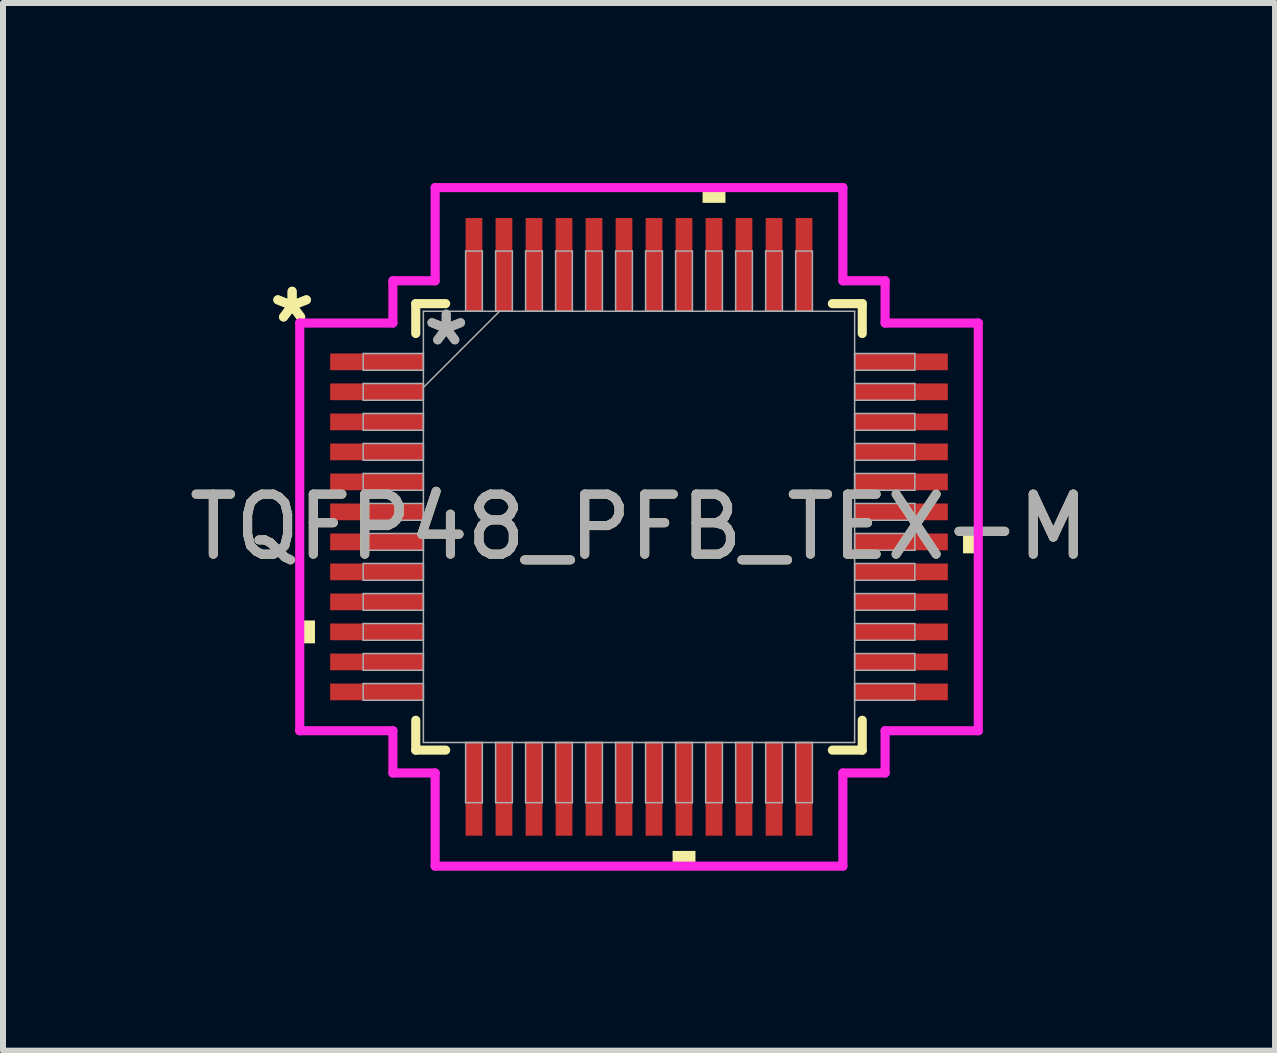
<source format=kicad_pcb>
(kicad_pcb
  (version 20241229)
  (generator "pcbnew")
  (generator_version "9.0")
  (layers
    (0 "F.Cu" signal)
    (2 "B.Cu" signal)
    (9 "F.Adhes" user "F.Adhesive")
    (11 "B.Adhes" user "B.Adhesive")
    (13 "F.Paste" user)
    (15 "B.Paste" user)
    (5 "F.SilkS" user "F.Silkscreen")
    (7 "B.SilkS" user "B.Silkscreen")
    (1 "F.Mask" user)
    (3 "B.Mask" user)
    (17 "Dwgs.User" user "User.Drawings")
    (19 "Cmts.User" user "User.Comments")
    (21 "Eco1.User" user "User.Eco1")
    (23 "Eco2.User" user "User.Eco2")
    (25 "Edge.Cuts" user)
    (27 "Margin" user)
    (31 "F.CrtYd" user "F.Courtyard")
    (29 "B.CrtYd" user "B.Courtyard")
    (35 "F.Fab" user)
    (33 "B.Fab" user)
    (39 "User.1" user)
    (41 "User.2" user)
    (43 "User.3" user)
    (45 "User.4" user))
  (footprint "TQFP48_PFB_TEX-M"
    (layer "F.Cu")
    (at 7.601 5.732)
    (property "Reference" "TQFP48_PFB_TEX-M" (at 0 0 0) (unlocked yes) (layer "F.SilkS") (effects (font (size 1 1) (thickness 0.15))))
    (attr smd)
    (fp_line (start -3.721 -3.721) (end -3.721 -3.223) (stroke (width 0.152) (type solid)) (layer "F.SilkS"))
    (fp_line (start -3.721 3.223) (end -3.721 3.721) (stroke (width 0.152) (type solid)) (layer "F.SilkS"))
    (fp_line (start -3.721 3.721) (end -3.223 3.721) (stroke (width 0.152) (type solid)) (layer "F.SilkS"))
    (fp_line (start -3.223 -3.721) (end -3.721 -3.721) (stroke (width 0.152) (type solid)) (layer "F.SilkS"))
    (fp_line (start 3.223 3.721) (end 3.721 3.721) (stroke (width 0.152) (type solid)) (layer "F.SilkS"))
    (fp_line (start 3.721 -3.721) (end 3.223 -3.721) (stroke (width 0.152) (type solid)) (layer "F.SilkS"))
    (fp_line (start 3.721 -3.223) (end 3.721 -3.721) (stroke (width 0.152) (type solid)) (layer "F.SilkS"))
    (fp_line (start 3.721 3.721) (end 3.721 3.223) (stroke (width 0.152) (type solid)) (layer "F.SilkS"))
    (fp_poly (pts (xy -5.655 1.56) (xy -5.655 1.941) (xy -5.401 1.941) (xy -5.401 1.56)) (stroke (width 0) (type solid)) (fill yes) (layer "F.SilkS"))
    (fp_poly (pts (xy 0.56 5.401) (xy 0.56 5.655) (xy 0.941 5.655) (xy 0.941 5.401)) (stroke (width 0) (type solid)) (fill yes) (layer "F.SilkS"))
    (fp_poly (pts (xy 1.06 -5.401) (xy 1.06 -5.655) (xy 1.441 -5.655) (xy 1.441 -5.401)) (stroke (width 0) (type solid)) (fill yes) (layer "F.SilkS"))
    (fp_poly (pts (xy 5.655 0.06) (xy 5.655 0.441) (xy 5.401 0.441) (xy 5.401 0.06)) (stroke (width 0) (type solid)) (fill yes) (layer "F.SilkS"))
    (fp_line (start -5.655 -3.398) (end -4.102 -3.398) (stroke (width 0.152) (type solid)) (layer "F.CrtYd"))
    (fp_line (start -5.655 3.398) (end -5.655 -3.398) (stroke (width 0.152) (type solid)) (layer "F.CrtYd"))
    (fp_line (start -4.102 -4.102) (end -3.398 -4.102) (stroke (width 0.152) (type solid)) (layer "F.CrtYd"))
    (fp_line (start -4.102 -3.398) (end -4.102 -4.102) (stroke (width 0.152) (type solid)) (layer "F.CrtYd"))
    (fp_line (start -4.102 3.398) (end -5.655 3.398) (stroke (width 0.152) (type solid)) (layer "F.CrtYd"))
    (fp_line (start -4.102 4.102) (end -4.102 3.398) (stroke (width 0.152) (type solid)) (layer "F.CrtYd"))
    (fp_line (start -4.102 4.102) (end -3.398 4.102) (stroke (width 0.152) (type solid)) (layer "F.CrtYd"))
    (fp_line (start -3.398 -5.655) (end 3.398 -5.655) (stroke (width 0.152) (type solid)) (layer "F.CrtYd"))
    (fp_line (start -3.398 -4.102) (end -3.398 -5.655) (stroke (width 0.152) (type solid)) (layer "F.CrtYd"))
    (fp_line (start -3.398 4.102) (end -3.398 5.655) (stroke (width 0.152) (type solid)) (layer "F.CrtYd"))
    (fp_line (start -3.398 5.655) (end 3.398 5.655) (stroke (width 0.152) (type solid)) (layer "F.CrtYd"))
    (fp_line (start 3.398 -5.655) (end 3.398 -4.102) (stroke (width 0.152) (type solid)) (layer "F.CrtYd"))
    (fp_line (start 3.398 -4.102) (end 4.102 -4.102) (stroke (width 0.152) (type solid)) (layer "F.CrtYd"))
    (fp_line (start 3.398 4.102) (end 4.102 4.102) (stroke (width 0.152) (type solid)) (layer "F.CrtYd"))
    (fp_line (start 3.398 5.655) (end 3.398 4.102) (stroke (width 0.152) (type solid)) (layer "F.CrtYd"))
    (fp_line (start 4.102 -3.398) (end 4.102 -4.102) (stroke (width 0.152) (type solid)) (layer "F.CrtYd"))
    (fp_line (start 4.102 3.398) (end 5.655 3.398) (stroke (width 0.152) (type solid)) (layer "F.CrtYd"))
    (fp_line (start 4.102 4.102) (end 4.102 3.398) (stroke (width 0.152) (type solid)) (layer "F.CrtYd"))
    (fp_line (start 5.655 -3.398) (end 4.102 -3.398) (stroke (width 0.152) (type solid)) (layer "F.CrtYd"))
    (fp_line (start 5.655 3.398) (end 5.655 -3.398) (stroke (width 0.152) (type solid)) (layer "F.CrtYd"))
    (fp_line (start -4.597 -2.89) (end -4.597 -2.611) (stroke (width 0.025) (type solid)) (layer "F.Fab"))
    (fp_line (start -4.597 -2.611) (end -3.594 -2.611) (stroke (width 0.025) (type solid)) (layer "F.Fab"))
    (fp_line (start -4.597 -2.39) (end -4.597 -2.111) (stroke (width 0.025) (type solid)) (layer "F.Fab"))
    (fp_line (start -4.597 -2.111) (end -3.594 -2.111) (stroke (width 0.025) (type solid)) (layer "F.Fab"))
    (fp_line (start -4.597 -1.89) (end -4.597 -1.611) (stroke (width 0.025) (type solid)) (layer "F.Fab"))
    (fp_line (start -4.597 -1.611) (end -3.594 -1.611) (stroke (width 0.025) (type solid)) (layer "F.Fab"))
    (fp_line (start -4.597 -1.39) (end -4.597 -1.111) (stroke (width 0.025) (type solid)) (layer "F.Fab"))
    (fp_line (start -4.597 -1.111) (end -3.594 -1.111) (stroke (width 0.025) (type solid)) (layer "F.Fab"))
    (fp_line (start -4.597 -0.89) (end -4.597 -0.61) (stroke (width 0.025) (type solid)) (layer "F.Fab"))
    (fp_line (start -4.597 -0.61) (end -3.594 -0.61) (stroke (width 0.025) (type solid)) (layer "F.Fab"))
    (fp_line (start -4.597 -0.39) (end -4.597 -0.11) (stroke (width 0.025) (type solid)) (layer "F.Fab"))
    (fp_line (start -4.597 -0.11) (end -3.594 -0.11) (stroke (width 0.025) (type solid)) (layer "F.Fab"))
    (fp_line (start -4.597 0.11) (end -4.597 0.39) (stroke (width 0.025) (type solid)) (layer "F.Fab"))
    (fp_line (start -4.597 0.39) (end -3.594 0.39) (stroke (width 0.025) (type solid)) (layer "F.Fab"))
    (fp_line (start -4.597 0.61) (end -4.597 0.89) (stroke (width 0.025) (type solid)) (layer "F.Fab"))
    (fp_line (start -4.597 0.89) (end -3.594 0.89) (stroke (width 0.025) (type solid)) (layer "F.Fab"))
    (fp_line (start -4.597 1.111) (end -4.597 1.39) (stroke (width 0.025) (type solid)) (layer "F.Fab"))
    (fp_line (start -4.597 1.39) (end -3.594 1.39) (stroke (width 0.025) (type solid)) (layer "F.Fab"))
    (fp_line (start -4.597 1.611) (end -4.597 1.89) (stroke (width 0.025) (type solid)) (layer "F.Fab"))
    (fp_line (start -4.597 1.89) (end -3.594 1.89) (stroke (width 0.025) (type solid)) (layer "F.Fab"))
    (fp_line (start -4.597 2.111) (end -4.597 2.39) (stroke (width 0.025) (type solid)) (layer "F.Fab"))
    (fp_line (start -4.597 2.39) (end -3.594 2.39) (stroke (width 0.025) (type solid)) (layer "F.Fab"))
    (fp_line (start -4.597 2.611) (end -4.597 2.89) (stroke (width 0.025) (type solid)) (layer "F.Fab"))
    (fp_line (start -4.597 2.89) (end -3.594 2.89) (stroke (width 0.025) (type solid)) (layer "F.Fab"))
    (fp_line (start -3.594 -3.594) (end -3.594 3.594) (stroke (width 0.025) (type solid)) (layer "F.Fab"))
    (fp_line (start -3.594 -2.89) (end -4.597 -2.89) (stroke (width 0.025) (type solid)) (layer "F.Fab"))
    (fp_line (start -3.594 -2.611) (end -3.594 -2.89) (stroke (width 0.025) (type solid)) (layer "F.Fab"))
    (fp_line (start -3.594 -2.39) (end -4.597 -2.39) (stroke (width 0.025) (type solid)) (layer "F.Fab"))
    (fp_line (start -3.594 -2.324) (end -2.324 -3.594) (stroke (width 0.025) (type solid)) (layer "F.Fab"))
    (fp_line (start -3.594 -2.111) (end -3.594 -2.39) (stroke (width 0.025) (type solid)) (layer "F.Fab"))
    (fp_line (start -3.594 -1.89) (end -4.597 -1.89) (stroke (width 0.025) (type solid)) (layer "F.Fab"))
    (fp_line (start -3.594 -1.611) (end -3.594 -1.89) (stroke (width 0.025) (type solid)) (layer "F.Fab"))
    (fp_line (start -3.594 -1.39) (end -4.597 -1.39) (stroke (width 0.025) (type solid)) (layer "F.Fab"))
    (fp_line (start -3.594 -1.111) (end -3.594 -1.39) (stroke (width 0.025) (type solid)) (layer "F.Fab"))
    (fp_line (start -3.594 -0.89) (end -4.597 -0.89) (stroke (width 0.025) (type solid)) (layer "F.Fab"))
    (fp_line (start -3.594 -0.61) (end -3.594 -0.89) (stroke (width 0.025) (type solid)) (layer "F.Fab"))
    (fp_line (start -3.594 -0.39) (end -4.597 -0.39) (stroke (width 0.025) (type solid)) (layer "F.Fab"))
    (fp_line (start -3.594 -0.11) (end -3.594 -0.39) (stroke (width 0.025) (type solid)) (layer "F.Fab"))
    (fp_line (start -3.594 0.11) (end -4.597 0.11) (stroke (width 0.025) (type solid)) (layer "F.Fab"))
    (fp_line (start -3.594 0.39) (end -3.594 0.11) (stroke (width 0.025) (type solid)) (layer "F.Fab"))
    (fp_line (start -3.594 0.61) (end -4.597 0.61) (stroke (width 0.025) (type solid)) (layer "F.Fab"))
    (fp_line (start -3.594 0.89) (end -3.594 0.61) (stroke (width 0.025) (type solid)) (layer "F.Fab"))
    (fp_line (start -3.594 1.111) (end -4.597 1.111) (stroke (width 0.025) (type solid)) (layer "F.Fab"))
    (fp_line (start -3.594 1.39) (end -3.594 1.111) (stroke (width 0.025) (type solid)) (layer "F.Fab"))
    (fp_line (start -3.594 1.611) (end -4.597 1.611) (stroke (width 0.025) (type solid)) (layer "F.Fab"))
    (fp_line (start -3.594 1.89) (end -3.594 1.611) (stroke (width 0.025) (type solid)) (layer "F.Fab"))
    (fp_line (start -3.594 2.111) (end -4.597 2.111) (stroke (width 0.025) (type solid)) (layer "F.Fab"))
    (fp_line (start -3.594 2.39) (end -3.594 2.111) (stroke (width 0.025) (type solid)) (layer "F.Fab"))
    (fp_line (start -3.594 2.611) (end -4.597 2.611) (stroke (width 0.025) (type solid)) (layer "F.Fab"))
    (fp_line (start -3.594 2.89) (end -3.594 2.611) (stroke (width 0.025) (type solid)) (layer "F.Fab"))
    (fp_line (start -3.594 3.594) (end 3.594 3.594) (stroke (width 0.025) (type solid)) (layer "F.Fab"))
    (fp_line (start -2.89 -4.597) (end -2.89 -3.594) (stroke (width 0.025) (type solid)) (layer "F.Fab"))
    (fp_line (start -2.89 -3.594) (end -2.611 -3.594) (stroke (width 0.025) (type solid)) (layer "F.Fab"))
    (fp_line (start -2.89 3.594) (end -2.89 4.597) (stroke (width 0.025) (type solid)) (layer "F.Fab"))
    (fp_line (start -2.89 4.597) (end -2.611 4.597) (stroke (width 0.025) (type solid)) (layer "F.Fab"))
    (fp_line (start -2.611 -4.597) (end -2.89 -4.597) (stroke (width 0.025) (type solid)) (layer "F.Fab"))
    (fp_line (start -2.611 -3.594) (end -2.611 -4.597) (stroke (width 0.025) (type solid)) (layer "F.Fab"))
    (fp_line (start -2.611 3.594) (end -2.89 3.594) (stroke (width 0.025) (type solid)) (layer "F.Fab"))
    (fp_line (start -2.611 4.597) (end -2.611 3.594) (stroke (width 0.025) (type solid)) (layer "F.Fab"))
    (fp_line (start -2.39 -4.597) (end -2.39 -3.594) (stroke (width 0.025) (type solid)) (layer "F.Fab"))
    (fp_line (start -2.39 -3.594) (end -2.111 -3.594) (stroke (width 0.025) (type solid)) (layer "F.Fab"))
    (fp_line (start -2.39 3.594) (end -2.39 4.597) (stroke (width 0.025) (type solid)) (layer "F.Fab"))
    (fp_line (start -2.39 4.597) (end -2.111 4.597) (stroke (width 0.025) (type solid)) (layer "F.Fab"))
    (fp_line (start -2.111 -4.597) (end -2.39 -4.597) (stroke (width 0.025) (type solid)) (layer "F.Fab"))
    (fp_line (start -2.111 -3.594) (end -2.111 -4.597) (stroke (width 0.025) (type solid)) (layer "F.Fab"))
    (fp_line (start -2.111 3.594) (end -2.39 3.594) (stroke (width 0.025) (type solid)) (layer "F.Fab"))
    (fp_line (start -2.111 4.597) (end -2.111 3.594) (stroke (width 0.025) (type solid)) (layer "F.Fab"))
    (fp_line (start -1.89 -4.597) (end -1.89 -3.594) (stroke (width 0.025) (type solid)) (layer "F.Fab"))
    (fp_line (start -1.89 -3.594) (end -1.611 -3.594) (stroke (width 0.025) (type solid)) (layer "F.Fab"))
    (fp_line (start -1.89 3.594) (end -1.89 4.597) (stroke (width 0.025) (type solid)) (layer "F.Fab"))
    (fp_line (start -1.89 4.597) (end -1.611 4.597) (stroke (width 0.025) (type solid)) (layer "F.Fab"))
    (fp_line (start -1.611 -4.597) (end -1.89 -4.597) (stroke (width 0.025) (type solid)) (layer "F.Fab"))
    (fp_line (start -1.611 -3.594) (end -1.611 -4.597) (stroke (width 0.025) (type solid)) (layer "F.Fab"))
    (fp_line (start -1.611 3.594) (end -1.89 3.594) (stroke (width 0.025) (type solid)) (layer "F.Fab"))
    (fp_line (start -1.611 4.597) (end -1.611 3.594) (stroke (width 0.025) (type solid)) (layer "F.Fab"))
    (fp_line (start -1.39 -4.597) (end -1.39 -3.594) (stroke (width 0.025) (type solid)) (layer "F.Fab"))
    (fp_line (start -1.39 -3.594) (end -1.111 -3.594) (stroke (width 0.025) (type solid)) (layer "F.Fab"))
    (fp_line (start -1.39 3.594) (end -1.39 4.597) (stroke (width 0.025) (type solid)) (layer "F.Fab"))
    (fp_line (start -1.39 4.597) (end -1.111 4.597) (stroke (width 0.025) (type solid)) (layer "F.Fab"))
    (fp_line (start -1.111 -4.597) (end -1.39 -4.597) (stroke (width 0.025) (type solid)) (layer "F.Fab"))
    (fp_line (start -1.111 -3.594) (end -1.111 -4.597) (stroke (width 0.025) (type solid)) (layer "F.Fab"))
    (fp_line (start -1.111 3.594) (end -1.39 3.594) (stroke (width 0.025) (type solid)) (layer "F.Fab"))
    (fp_line (start -1.111 4.597) (end -1.111 3.594) (stroke (width 0.025) (type solid)) (layer "F.Fab"))
    (fp_line (start -0.89 -4.597) (end -0.89 -3.594) (stroke (width 0.025) (type solid)) (layer "F.Fab"))
    (fp_line (start -0.89 -3.594) (end -0.61 -3.594) (stroke (width 0.025) (type solid)) (layer "F.Fab"))
    (fp_line (start -0.89 3.594) (end -0.89 4.597) (stroke (width 0.025) (type solid)) (layer "F.Fab"))
    (fp_line (start -0.89 4.597) (end -0.61 4.597) (stroke (width 0.025) (type solid)) (layer "F.Fab"))
    (fp_line (start -0.61 -4.597) (end -0.89 -4.597) (stroke (width 0.025) (type solid)) (layer "F.Fab"))
    (fp_line (start -0.61 -3.594) (end -0.61 -4.597) (stroke (width 0.025) (type solid)) (layer "F.Fab"))
    (fp_line (start -0.61 3.594) (end -0.89 3.594) (stroke (width 0.025) (type solid)) (layer "F.Fab"))
    (fp_line (start -0.61 4.597) (end -0.61 3.594) (stroke (width 0.025) (type solid)) (layer "F.Fab"))
    (fp_line (start -0.39 -4.597) (end -0.39 -3.594) (stroke (width 0.025) (type solid)) (layer "F.Fab"))
    (fp_line (start -0.39 -3.594) (end -0.11 -3.594) (stroke (width 0.025) (type solid)) (layer "F.Fab"))
    (fp_line (start -0.39 3.594) (end -0.39 4.597) (stroke (width 0.025) (type solid)) (layer "F.Fab"))
    (fp_line (start -0.39 4.597) (end -0.11 4.597) (stroke (width 0.025) (type solid)) (layer "F.Fab"))
    (fp_line (start -0.11 -4.597) (end -0.39 -4.597) (stroke (width 0.025) (type solid)) (layer "F.Fab"))
    (fp_line (start -0.11 -3.594) (end -0.11 -4.597) (stroke (width 0.025) (type solid)) (layer "F.Fab"))
    (fp_line (start -0.11 3.594) (end -0.39 3.594) (stroke (width 0.025) (type solid)) (layer "F.Fab"))
    (fp_line (start -0.11 4.597) (end -0.11 3.594) (stroke (width 0.025) (type solid)) (layer "F.Fab"))
    (fp_line (start 0.11 -4.597) (end 0.11 -3.594) (stroke (width 0.025) (type solid)) (layer "F.Fab"))
    (fp_line (start 0.11 -3.594) (end 0.39 -3.594) (stroke (width 0.025) (type solid)) (layer "F.Fab"))
    (fp_line (start 0.11 3.594) (end 0.11 4.597) (stroke (width 0.025) (type solid)) (layer "F.Fab"))
    (fp_line (start 0.11 4.597) (end 0.39 4.597) (stroke (width 0.025) (type solid)) (layer "F.Fab"))
    (fp_line (start 0.39 -4.597) (end 0.11 -4.597) (stroke (width 0.025) (type solid)) (layer "F.Fab"))
    (fp_line (start 0.39 -3.594) (end 0.39 -4.597) (stroke (width 0.025) (type solid)) (layer "F.Fab"))
    (fp_line (start 0.39 3.594) (end 0.11 3.594) (stroke (width 0.025) (type solid)) (layer "F.Fab"))
    (fp_line (start 0.39 4.597) (end 0.39 3.594) (stroke (width 0.025) (type solid)) (layer "F.Fab"))
    (fp_line (start 0.61 -4.597) (end 0.61 -3.594) (stroke (width 0.025) (type solid)) (layer "F.Fab"))
    (fp_line (start 0.61 -3.594) (end 0.89 -3.594) (stroke (width 0.025) (type solid)) (layer "F.Fab"))
    (fp_line (start 0.61 3.594) (end 0.61 4.597) (stroke (width 0.025) (type solid)) (layer "F.Fab"))
    (fp_line (start 0.61 4.597) (end 0.89 4.597) (stroke (width 0.025) (type solid)) (layer "F.Fab"))
    (fp_line (start 0.89 -4.597) (end 0.61 -4.597) (stroke (width 0.025) (type solid)) (layer "F.Fab"))
    (fp_line (start 0.89 -3.594) (end 0.89 -4.597) (stroke (width 0.025) (type solid)) (layer "F.Fab"))
    (fp_line (start 0.89 3.594) (end 0.61 3.594) (stroke (width 0.025) (type solid)) (layer "F.Fab"))
    (fp_line (start 0.89 4.597) (end 0.89 3.594) (stroke (width 0.025) (type solid)) (layer "F.Fab"))
    (fp_line (start 1.111 -4.597) (end 1.111 -3.594) (stroke (width 0.025) (type solid)) (layer "F.Fab"))
    (fp_line (start 1.111 -3.594) (end 1.39 -3.594) (stroke (width 0.025) (type solid)) (layer "F.Fab"))
    (fp_line (start 1.111 3.594) (end 1.111 4.597) (stroke (width 0.025) (type solid)) (layer "F.Fab"))
    (fp_line (start 1.111 4.597) (end 1.39 4.597) (stroke (width 0.025) (type solid)) (layer "F.Fab"))
    (fp_line (start 1.39 -4.597) (end 1.111 -4.597) (stroke (width 0.025) (type solid)) (layer "F.Fab"))
    (fp_line (start 1.39 -3.594) (end 1.39 -4.597) (stroke (width 0.025) (type solid)) (layer "F.Fab"))
    (fp_line (start 1.39 3.594) (end 1.111 3.594) (stroke (width 0.025) (type solid)) (layer "F.Fab"))
    (fp_line (start 1.39 4.597) (end 1.39 3.594) (stroke (width 0.025) (type solid)) (layer "F.Fab"))
    (fp_line (start 1.611 -4.597) (end 1.611 -3.594) (stroke (width 0.025) (type solid)) (layer "F.Fab"))
    (fp_line (start 1.611 -3.594) (end 1.89 -3.594) (stroke (width 0.025) (type solid)) (layer "F.Fab"))
    (fp_line (start 1.611 3.594) (end 1.611 4.597) (stroke (width 0.025) (type solid)) (layer "F.Fab"))
    (fp_line (start 1.611 4.597) (end 1.89 4.597) (stroke (width 0.025) (type solid)) (layer "F.Fab"))
    (fp_line (start 1.89 -4.597) (end 1.611 -4.597) (stroke (width 0.025) (type solid)) (layer "F.Fab"))
    (fp_line (start 1.89 -3.594) (end 1.89 -4.597) (stroke (width 0.025) (type solid)) (layer "F.Fab"))
    (fp_line (start 1.89 3.594) (end 1.611 3.594) (stroke (width 0.025) (type solid)) (layer "F.Fab"))
    (fp_line (start 1.89 4.597) (end 1.89 3.594) (stroke (width 0.025) (type solid)) (layer "F.Fab"))
    (fp_line (start 2.111 -4.597) (end 2.111 -3.594) (stroke (width 0.025) (type solid)) (layer "F.Fab"))
    (fp_line (start 2.111 -3.594) (end 2.39 -3.594) (stroke (width 0.025) (type solid)) (layer "F.Fab"))
    (fp_line (start 2.111 3.594) (end 2.111 4.597) (stroke (width 0.025) (type solid)) (layer "F.Fab"))
    (fp_line (start 2.111 4.597) (end 2.39 4.597) (stroke (width 0.025) (type solid)) (layer "F.Fab"))
    (fp_line (start 2.39 -4.597) (end 2.111 -4.597) (stroke (width 0.025) (type solid)) (layer "F.Fab"))
    (fp_line (start 2.39 -3.594) (end 2.39 -4.597) (stroke (width 0.025) (type solid)) (layer "F.Fab"))
    (fp_line (start 2.39 3.594) (end 2.111 3.594) (stroke (width 0.025) (type solid)) (layer "F.Fab"))
    (fp_line (start 2.39 4.597) (end 2.39 3.594) (stroke (width 0.025) (type solid)) (layer "F.Fab"))
    (fp_line (start 2.611 -4.597) (end 2.611 -3.594) (stroke (width 0.025) (type solid)) (layer "F.Fab"))
    (fp_line (start 2.611 -3.594) (end 2.89 -3.594) (stroke (width 0.025) (type solid)) (layer "F.Fab"))
    (fp_line (start 2.611 3.594) (end 2.611 4.597) (stroke (width 0.025) (type solid)) (layer "F.Fab"))
    (fp_line (start 2.611 4.597) (end 2.89 4.597) (stroke (width 0.025) (type solid)) (layer "F.Fab"))
    (fp_line (start 2.89 -4.597) (end 2.611 -4.597) (stroke (width 0.025) (type solid)) (layer "F.Fab"))
    (fp_line (start 2.89 -3.594) (end 2.89 -4.597) (stroke (width 0.025) (type solid)) (layer "F.Fab"))
    (fp_line (start 2.89 3.594) (end 2.611 3.594) (stroke (width 0.025) (type solid)) (layer "F.Fab"))
    (fp_line (start 2.89 4.597) (end 2.89 3.594) (stroke (width 0.025) (type solid)) (layer "F.Fab"))
    (fp_line (start 3.594 -3.594) (end -3.594 -3.594) (stroke (width 0.025) (type solid)) (layer "F.Fab"))
    (fp_line (start 3.594 -2.89) (end 3.594 -2.611) (stroke (width 0.025) (type solid)) (layer "F.Fab"))
    (fp_line (start 3.594 -2.611) (end 4.597 -2.611) (stroke (width 0.025) (type solid)) (layer "F.Fab"))
    (fp_line (start 3.594 -2.39) (end 3.594 -2.111) (stroke (width 0.025) (type solid)) (layer "F.Fab"))
    (fp_line (start 3.594 -2.111) (end 4.597 -2.111) (stroke (width 0.025) (type solid)) (layer "F.Fab"))
    (fp_line (start 3.594 -1.89) (end 3.594 -1.611) (stroke (width 0.025) (type solid)) (layer "F.Fab"))
    (fp_line (start 3.594 -1.611) (end 4.597 -1.611) (stroke (width 0.025) (type solid)) (layer "F.Fab"))
    (fp_line (start 3.594 -1.39) (end 3.594 -1.111) (stroke (width 0.025) (type solid)) (layer "F.Fab"))
    (fp_line (start 3.594 -1.111) (end 4.597 -1.111) (stroke (width 0.025) (type solid)) (layer "F.Fab"))
    (fp_line (start 3.594 -0.89) (end 3.594 -0.61) (stroke (width 0.025) (type solid)) (layer "F.Fab"))
    (fp_line (start 3.594 -0.61) (end 4.597 -0.61) (stroke (width 0.025) (type solid)) (layer "F.Fab"))
    (fp_line (start 3.594 -0.39) (end 3.594 -0.11) (stroke (width 0.025) (type solid)) (layer "F.Fab"))
    (fp_line (start 3.594 -0.11) (end 4.597 -0.11) (stroke (width 0.025) (type solid)) (layer "F.Fab"))
    (fp_line (start 3.594 0.11) (end 3.594 0.39) (stroke (width 0.025) (type solid)) (layer "F.Fab"))
    (fp_line (start 3.594 0.39) (end 4.597 0.39) (stroke (width 0.025) (type solid)) (layer "F.Fab"))
    (fp_line (start 3.594 0.61) (end 3.594 0.89) (stroke (width 0.025) (type solid)) (layer "F.Fab"))
    (fp_line (start 3.594 0.89) (end 4.597 0.89) (stroke (width 0.025) (type solid)) (layer "F.Fab"))
    (fp_line (start 3.594 1.111) (end 3.594 1.39) (stroke (width 0.025) (type solid)) (layer "F.Fab"))
    (fp_line (start 3.594 1.39) (end 4.597 1.39) (stroke (width 0.025) (type solid)) (layer "F.Fab"))
    (fp_line (start 3.594 1.611) (end 3.594 1.89) (stroke (width 0.025) (type solid)) (layer "F.Fab"))
    (fp_line (start 3.594 1.89) (end 4.597 1.89) (stroke (width 0.025) (type solid)) (layer "F.Fab"))
    (fp_line (start 3.594 2.111) (end 3.594 2.39) (stroke (width 0.025) (type solid)) (layer "F.Fab"))
    (fp_line (start 3.594 2.39) (end 4.597 2.39) (stroke (width 0.025) (type solid)) (layer "F.Fab"))
    (fp_line (start 3.594 2.611) (end 3.594 2.89) (stroke (width 0.025) (type solid)) (layer "F.Fab"))
    (fp_line (start 3.594 2.89) (end 4.597 2.89) (stroke (width 0.025) (type solid)) (layer "F.Fab"))
    (fp_line (start 3.594 3.594) (end 3.594 -3.594) (stroke (width 0.025) (type solid)) (layer "F.Fab"))
    (fp_line (start 4.597 -2.89) (end 3.594 -2.89) (stroke (width 0.025) (type solid)) (layer "F.Fab"))
    (fp_line (start 4.597 -2.611) (end 4.597 -2.89) (stroke (width 0.025) (type solid)) (layer "F.Fab"))
    (fp_line (start 4.597 -2.39) (end 3.594 -2.39) (stroke (width 0.025) (type solid)) (layer "F.Fab"))
    (fp_line (start 4.597 -2.111) (end 4.597 -2.39) (stroke (width 0.025) (type solid)) (layer "F.Fab"))
    (fp_line (start 4.597 -1.89) (end 3.594 -1.89) (stroke (width 0.025) (type solid)) (layer "F.Fab"))
    (fp_line (start 4.597 -1.611) (end 4.597 -1.89) (stroke (width 0.025) (type solid)) (layer "F.Fab"))
    (fp_line (start 4.597 -1.39) (end 3.594 -1.39) (stroke (width 0.025) (type solid)) (layer "F.Fab"))
    (fp_line (start 4.597 -1.111) (end 4.597 -1.39) (stroke (width 0.025) (type solid)) (layer "F.Fab"))
    (fp_line (start 4.597 -0.89) (end 3.594 -0.89) (stroke (width 0.025) (type solid)) (layer "F.Fab"))
    (fp_line (start 4.597 -0.61) (end 4.597 -0.89) (stroke (width 0.025) (type solid)) (layer "F.Fab"))
    (fp_line (start 4.597 -0.39) (end 3.594 -0.39) (stroke (width 0.025) (type solid)) (layer "F.Fab"))
    (fp_line (start 4.597 -0.11) (end 4.597 -0.39) (stroke (width 0.025) (type solid)) (layer "F.Fab"))
    (fp_line (start 4.597 0.11) (end 3.594 0.11) (stroke (width 0.025) (type solid)) (layer "F.Fab"))
    (fp_line (start 4.597 0.39) (end 4.597 0.11) (stroke (width 0.025) (type solid)) (layer "F.Fab"))
    (fp_line (start 4.597 0.61) (end 3.594 0.61) (stroke (width 0.025) (type solid)) (layer "F.Fab"))
    (fp_line (start 4.597 0.89) (end 4.597 0.61) (stroke (width 0.025) (type solid)) (layer "F.Fab"))
    (fp_line (start 4.597 1.111) (end 3.594 1.111) (stroke (width 0.025) (type solid)) (layer "F.Fab"))
    (fp_line (start 4.597 1.39) (end 4.597 1.111) (stroke (width 0.025) (type solid)) (layer "F.Fab"))
    (fp_line (start 4.597 1.611) (end 3.594 1.611) (stroke (width 0.025) (type solid)) (layer "F.Fab"))
    (fp_line (start 4.597 1.89) (end 4.597 1.611) (stroke (width 0.025) (type solid)) (layer "F.Fab"))
    (fp_line (start 4.597 2.111) (end 3.594 2.111) (stroke (width 0.025) (type solid)) (layer "F.Fab"))
    (fp_line (start 4.597 2.39) (end 4.597 2.111) (stroke (width 0.025) (type solid)) (layer "F.Fab"))
    (fp_line (start 4.597 2.611) (end 3.594 2.611) (stroke (width 0.025) (type solid)) (layer "F.Fab"))
    (fp_line (start 4.597 2.89) (end 4.597 2.611) (stroke (width 0.025) (type solid)) (layer "F.Fab"))
    (fp_text user "*" (at -5.782 -3.382 0) (layer "F.SilkS") (effects (font (size 1 1) (thickness 0.15))))
    (fp_text user "*" (at -5.782 -3.382 0) (unlocked yes) (layer "F.SilkS") (effects (font (size 1 1) (thickness 0.15))))
    (fp_text user "${REFERENCE}" (at 0 0 0) (unlocked yes) (layer "F.Fab") (effects (font (size 1 1) (thickness 0.15))))
    (fp_text user "*" (at -3.213 -3.001 0) (unlocked yes) (layer "F.Fab") (effects (font (size 1 1) (thickness 0.15))))
    (fp_text user "*" (at -3.213 -3.001 0) (layer "F.Fab") (effects (font (size 1 1) (thickness 0.15))))
    (pad "1" smd rect (at -4.371 -2.751 90) (size 0.279 1.553) (layers "F.Cu" "F.Mask" "F.Paste"))
    (pad "2" smd rect (at -4.371 -2.251 90) (size 0.279 1.553) (layers "F.Cu" "F.Mask" "F.Paste"))
    (pad "3" smd rect (at -4.371 -1.75 90) (size 0.279 1.553) (layers "F.Cu" "F.Mask" "F.Paste"))
    (pad "4" smd rect (at -4.371 -1.25 90) (size 0.279 1.553) (layers "F.Cu" "F.Mask" "F.Paste"))
    (pad "5" smd rect (at -4.371 -0.75 90) (size 0.279 1.553) (layers "F.Cu" "F.Mask" "F.Paste"))
    (pad "6" smd rect (at -4.371 -0.25 90) (size 0.279 1.553) (layers "F.Cu" "F.Mask" "F.Paste"))
    (pad "7" smd rect (at -4.371 0.25 90) (size 0.279 1.553) (layers "F.Cu" "F.Mask" "F.Paste"))
    (pad "8" smd rect (at -4.371 0.75 90) (size 0.279 1.553) (layers "F.Cu" "F.Mask" "F.Paste"))
    (pad "9" smd rect (at -4.371 1.25 90) (size 0.279 1.553) (layers "F.Cu" "F.Mask" "F.Paste"))
    (pad "10" smd rect (at -4.371 1.75 90) (size 0.279 1.553) (layers "F.Cu" "F.Mask" "F.Paste"))
    (pad "11" smd rect (at -4.371 2.251 90) (size 0.279 1.553) (layers "F.Cu" "F.Mask" "F.Paste"))
    (pad "12" smd rect (at -4.371 2.751 90) (size 0.279 1.553) (layers "F.Cu" "F.Mask" "F.Paste"))
    (pad "13" smd rect (at -2.751 4.371) (size 0.279 1.553) (layers "F.Cu" "F.Mask" "F.Paste"))
    (pad "14" smd rect (at -2.251 4.371) (size 0.279 1.553) (layers "F.Cu" "F.Mask" "F.Paste"))
    (pad "15" smd rect (at -1.75 4.371) (size 0.279 1.553) (layers "F.Cu" "F.Mask" "F.Paste"))
    (pad "16" smd rect (at -1.25 4.371) (size 0.279 1.553) (layers "F.Cu" "F.Mask" "F.Paste"))
    (pad "17" smd rect (at -0.75 4.371) (size 0.279 1.553) (layers "F.Cu" "F.Mask" "F.Paste"))
    (pad "18" smd rect (at -0.25 4.371) (size 0.279 1.553) (layers "F.Cu" "F.Mask" "F.Paste"))
    (pad "19" smd rect (at 0.25 4.371) (size 0.279 1.553) (layers "F.Cu" "F.Mask" "F.Paste"))
    (pad "20" smd rect (at 0.75 4.371) (size 0.279 1.553) (layers "F.Cu" "F.Mask" "F.Paste"))
    (pad "21" smd rect (at 1.25 4.371) (size 0.279 1.553) (layers "F.Cu" "F.Mask" "F.Paste"))
    (pad "22" smd rect (at 1.75 4.371) (size 0.279 1.553) (layers "F.Cu" "F.Mask" "F.Paste"))
    (pad "23" smd rect (at 2.251 4.371) (size 0.279 1.553) (layers "F.Cu" "F.Mask" "F.Paste"))
    (pad "24" smd rect (at 2.751 4.371) (size 0.279 1.553) (layers "F.Cu" "F.Mask" "F.Paste"))
    (pad "25" smd rect (at 4.371 2.751 90) (size 0.279 1.553) (layers "F.Cu" "F.Mask" "F.Paste"))
    (pad "26" smd rect (at 4.371 2.251 90) (size 0.279 1.553) (layers "F.Cu" "F.Mask" "F.Paste"))
    (pad "27" smd rect (at 4.371 1.75 90) (size 0.279 1.553) (layers "F.Cu" "F.Mask" "F.Paste"))
    (pad "28" smd rect (at 4.371 1.25 90) (size 0.279 1.553) (layers "F.Cu" "F.Mask" "F.Paste"))
    (pad "29" smd rect (at 4.371 0.75 90) (size 0.279 1.553) (layers "F.Cu" "F.Mask" "F.Paste"))
    (pad "30" smd rect (at 4.371 0.25 90) (size 0.279 1.553) (layers "F.Cu" "F.Mask" "F.Paste"))
    (pad "31" smd rect (at 4.371 -0.25 90) (size 0.279 1.553) (layers "F.Cu" "F.Mask" "F.Paste"))
    (pad "32" smd rect (at 4.371 -0.75 90) (size 0.279 1.553) (layers "F.Cu" "F.Mask" "F.Paste"))
    (pad "33" smd rect (at 4.371 -1.25 90) (size 0.279 1.553) (layers "F.Cu" "F.Mask" "F.Paste"))
    (pad "34" smd rect (at 4.371 -1.75 90) (size 0.279 1.553) (layers "F.Cu" "F.Mask" "F.Paste"))
    (pad "35" smd rect (at 4.371 -2.251 90) (size 0.279 1.553) (layers "F.Cu" "F.Mask" "F.Paste"))
    (pad "36" smd rect (at 4.371 -2.751 90) (size 0.279 1.553) (layers "F.Cu" "F.Mask" "F.Paste"))
    (pad "37" smd rect (at 2.751 -4.371) (size 0.279 1.553) (layers "F.Cu" "F.Mask" "F.Paste"))
    (pad "38" smd rect (at 2.251 -4.371) (size 0.279 1.553) (layers "F.Cu" "F.Mask" "F.Paste"))
    (pad "39" smd rect (at 1.75 -4.371) (size 0.279 1.553) (layers "F.Cu" "F.Mask" "F.Paste"))
    (pad "40" smd rect (at 1.25 -4.371) (size 0.279 1.553) (layers "F.Cu" "F.Mask" "F.Paste"))
    (pad "41" smd rect (at 0.75 -4.371) (size 0.279 1.553) (layers "F.Cu" "F.Mask" "F.Paste"))
    (pad "42" smd rect (at 0.25 -4.371) (size 0.279 1.553) (layers "F.Cu" "F.Mask" "F.Paste"))
    (pad "43" smd rect (at -0.25 -4.371) (size 0.279 1.553) (layers "F.Cu" "F.Mask" "F.Paste"))
    (pad "44" smd rect (at -0.75 -4.371) (size 0.279 1.553) (layers "F.Cu" "F.Mask" "F.Paste"))
    (pad "45" smd rect (at -1.25 -4.371) (size 0.279 1.553) (layers "F.Cu" "F.Mask" "F.Paste"))
    (pad "46" smd rect (at -1.75 -4.371) (size 0.279 1.553) (layers "F.Cu" "F.Mask" "F.Paste"))
    (pad "47" smd rect (at -2.251 -4.371) (size 0.279 1.553) (layers "F.Cu" "F.Mask" "F.Paste"))
    (pad "48" smd rect (at -2.751 -4.371) (size 0.279 1.553) (layers "F.Cu" "F.Mask" "F.Paste")))
  (gr_rect
    (start -3 -3)
    (end 18.202 14.463)
    (stroke (width 0.1) (type default))
    (fill no)
    (layer "Edge.Cuts")))
</source>
